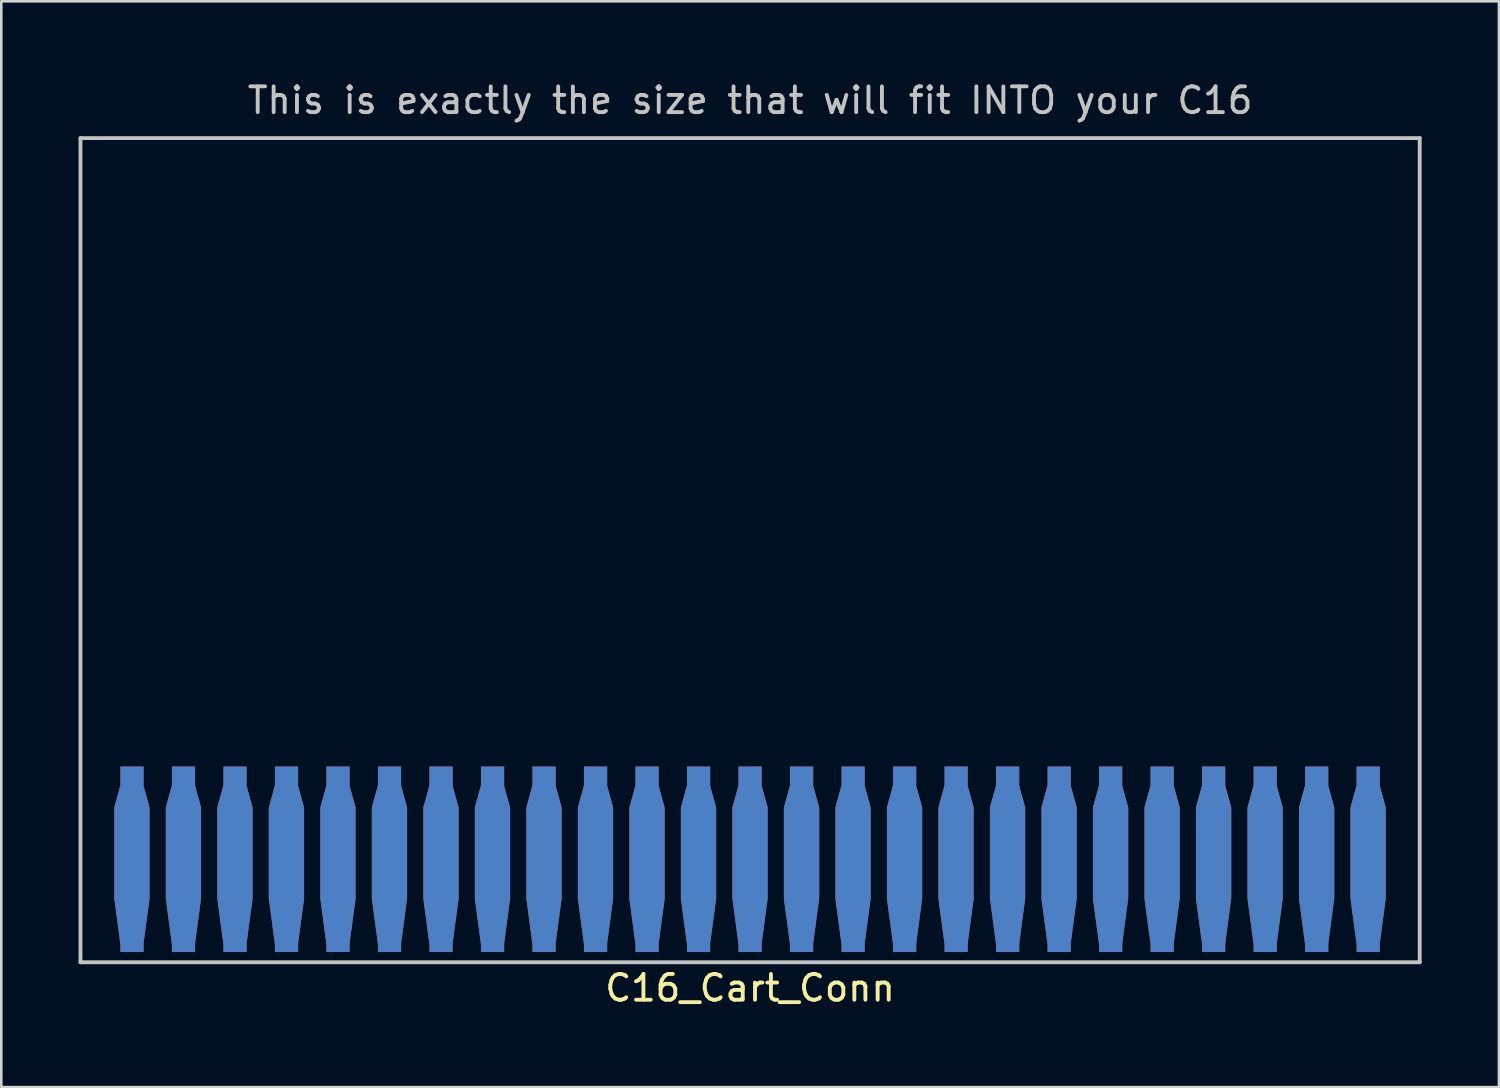
<source format=kicad_pcb>
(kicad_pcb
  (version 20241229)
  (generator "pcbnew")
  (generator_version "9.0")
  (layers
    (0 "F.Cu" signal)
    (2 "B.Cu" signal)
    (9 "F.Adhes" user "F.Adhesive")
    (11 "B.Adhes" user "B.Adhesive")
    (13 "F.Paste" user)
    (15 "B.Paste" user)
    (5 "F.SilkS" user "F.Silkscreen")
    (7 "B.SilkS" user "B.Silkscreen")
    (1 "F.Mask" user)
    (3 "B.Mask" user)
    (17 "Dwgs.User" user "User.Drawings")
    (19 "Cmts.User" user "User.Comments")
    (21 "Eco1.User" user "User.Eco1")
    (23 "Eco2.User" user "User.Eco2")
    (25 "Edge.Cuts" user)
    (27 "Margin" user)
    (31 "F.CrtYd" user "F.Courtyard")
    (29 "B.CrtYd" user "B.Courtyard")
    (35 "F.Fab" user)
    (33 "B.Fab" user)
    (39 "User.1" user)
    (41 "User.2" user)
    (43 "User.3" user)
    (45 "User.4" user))
  (footprint "C16_Cart_Conn"
    (layer "F.Cu")
    (at 26.075 30.312)
    (property "Reference" "C16_Cart_Conn" (at 0 5 0) (layer "F.SilkS") (effects (font (size 1 1) (thickness 0.15))))
    (attr through_hole)
    (fp_line (start -26 -28) (end -26 4) (stroke (width 0.15) (type solid)) (layer "Dwgs.User"))
    (fp_line (start -26 4) (end 26 4) (stroke (width 0.15) (type solid)) (layer "Dwgs.User"))
    (fp_line (start 26 -28) (end -26 -28) (stroke (width 0.15) (type solid)) (layer "Dwgs.User"))
    (fp_line (start 26 4) (end 26 -28) (stroke (width 0.15) (type solid)) (layer "Dwgs.User"))
    (fp_text user "This is exactly the size that will fit INTO your C16" (at 0 -29.464 0) (layer "Dwgs.User") (effects (font (size 1 1) (thickness 0.15))))
    (pad "" smd rect (at 0 0.4) (size 52 8) (layers "F.Mask"))
    (pad "" smd rect (at 0 0.4) (size 52 8) (layers "B.Mask"))
    (pad "1" smd custom (at -24 0) (size 0.9 7.2) (layers "F.Cu") (options (anchor rect)) (primitives (gr_poly (pts (xy 0.632 -2) (xy 0.632 1.524) (xy 0.378 3.429) (xy -0.384 3.429) (xy -0.638 1.524) (xy -0.638 -2) (xy -0.384 -2.921) (xy 0.378 -2.921)) (width 0.1) (fill yes))))
    (pad "2" smd custom (at -22 0) (size 0.9 7.2) (layers "F.Cu") (options (anchor rect)) (primitives (gr_poly (pts (xy 0.632 -2) (xy 0.632 1.524) (xy 0.378 3.429) (xy -0.384 3.429) (xy -0.638 1.524) (xy -0.638 -2) (xy -0.384 -2.921) (xy 0.378 -2.921)) (width 0.1) (fill yes))))
    (pad "3" smd custom (at -20 0) (size 0.9 7.2) (layers "F.Cu") (options (anchor rect)) (primitives (gr_poly (pts (xy 0.632 -2) (xy 0.632 1.524) (xy 0.378 3.429) (xy -0.384 3.429) (xy -0.638 1.524) (xy -0.638 -2) (xy -0.384 -2.921) (xy 0.378 -2.921)) (width 0.1) (fill yes))))
    (pad "4" smd custom (at -18 0) (size 0.9 7.2) (layers "F.Cu") (options (anchor rect)) (primitives (gr_poly (pts (xy 0.632 -2) (xy 0.632 1.524) (xy 0.378 3.429) (xy -0.384 3.429) (xy -0.638 1.524) (xy -0.638 -2) (xy -0.384 -2.921) (xy 0.378 -2.921)) (width 0.1) (fill yes))))
    (pad "5" smd custom (at -16 0) (size 0.9 7.2) (layers "F.Cu") (options (anchor rect)) (primitives (gr_poly (pts (xy 0.632 -2) (xy 0.632 1.524) (xy 0.378 3.429) (xy -0.384 3.429) (xy -0.638 1.524) (xy -0.638 -2) (xy -0.384 -2.921) (xy 0.378 -2.921)) (width 0.1) (fill yes))))
    (pad "6" smd custom (at -14 0) (size 0.9 7.2) (layers "F.Cu") (options (anchor rect)) (primitives (gr_poly (pts (xy 0.632 -2) (xy 0.632 1.524) (xy 0.378 3.429) (xy -0.384 3.429) (xy -0.638 1.524) (xy -0.638 -2) (xy -0.384 -2.921) (xy 0.378 -2.921)) (width 0.1) (fill yes))))
    (pad "7" smd custom (at -12 0) (size 0.9 7.2) (layers "F.Cu") (options (anchor rect)) (primitives (gr_poly (pts (xy 0.632 -2) (xy 0.632 1.524) (xy 0.378 3.429) (xy -0.384 3.429) (xy -0.638 1.524) (xy -0.638 -2) (xy -0.384 -2.921) (xy 0.378 -2.921)) (width 0.1) (fill yes))))
    (pad "8" smd custom (at -10 0) (size 0.9 7.2) (layers "F.Cu") (options (anchor rect)) (primitives (gr_poly (pts (xy 0.632 -2) (xy 0.632 1.524) (xy 0.378 3.429) (xy -0.384 3.429) (xy -0.638 1.524) (xy -0.638 -2) (xy -0.384 -2.921) (xy 0.378 -2.921)) (width 0.1) (fill yes))))
    (pad "9" smd custom (at -8 0) (size 0.9 7.2) (layers "F.Cu") (options (anchor rect)) (primitives (gr_poly (pts (xy 0.632 -2) (xy 0.632 1.524) (xy 0.378 3.429) (xy -0.384 3.429) (xy -0.638 1.524) (xy -0.638 -2) (xy -0.384 -2.921) (xy 0.378 -2.921)) (width 0.1) (fill yes))))
    (pad "10" smd custom (at -6 0) (size 0.9 7.2) (layers "F.Cu") (options (anchor rect)) (primitives (gr_poly (pts (xy 0.632 -2) (xy 0.632 1.524) (xy 0.378 3.429) (xy -0.384 3.429) (xy -0.638 1.524) (xy -0.638 -2) (xy -0.384 -2.921) (xy 0.378 -2.921)) (width 0.1) (fill yes))))
    (pad "11" smd custom (at -4 0) (size 0.9 7.2) (layers "F.Cu") (options (anchor rect)) (primitives (gr_poly (pts (xy 0.632 -2) (xy 0.632 1.524) (xy 0.378 3.429) (xy -0.384 3.429) (xy -0.638 1.524) (xy -0.638 -2) (xy -0.384 -2.921) (xy 0.378 -2.921)) (width 0.1) (fill yes))))
    (pad "12" smd custom (at -2 0) (size 0.9 7.2) (layers "F.Cu") (options (anchor rect)) (primitives (gr_poly (pts (xy 0.632 -2) (xy 0.632 1.524) (xy 0.378 3.429) (xy -0.384 3.429) (xy -0.638 1.524) (xy -0.638 -2) (xy -0.384 -2.921) (xy 0.378 -2.921)) (width 0.1) (fill yes))))
    (pad "13" smd custom (at 0 0) (size 0.9 7.2) (layers "F.Cu") (options (anchor rect)) (primitives (gr_poly (pts (xy 0.632 -2) (xy 0.632 1.524) (xy 0.378 3.429) (xy -0.384 3.429) (xy -0.638 1.524) (xy -0.638 -2) (xy -0.384 -2.921) (xy 0.378 -2.921)) (width 0.1) (fill yes))))
    (pad "14" smd custom (at 2 0) (size 0.9 7.2) (layers "F.Cu") (options (anchor rect)) (primitives (gr_poly (pts (xy 0.632 -2) (xy 0.632 1.524) (xy 0.378 3.429) (xy -0.384 3.429) (xy -0.638 1.524) (xy -0.638 -2) (xy -0.384 -2.921) (xy 0.378 -2.921)) (width 0.1) (fill yes))))
    (pad "15" smd custom (at 4 0) (size 0.9 7.2) (layers "F.Cu") (options (anchor rect)) (primitives (gr_poly (pts (xy 0.632 -2) (xy 0.632 1.524) (xy 0.378 3.429) (xy -0.384 3.429) (xy -0.638 1.524) (xy -0.638 -2) (xy -0.384 -2.921) (xy 0.378 -2.921)) (width 0.1) (fill yes))))
    (pad "16" smd custom (at 6 0) (size 0.9 7.2) (layers "F.Cu") (options (anchor rect)) (primitives (gr_poly (pts (xy 0.632 -2) (xy 0.632 1.524) (xy 0.378 3.429) (xy -0.384 3.429) (xy -0.638 1.524) (xy -0.638 -2) (xy -0.384 -2.921) (xy 0.378 -2.921)) (width 0.1) (fill yes))))
    (pad "17" smd custom (at 8 0) (size 0.9 7.2) (layers "F.Cu") (options (anchor rect)) (primitives (gr_poly (pts (xy 0.632 -2) (xy 0.632 1.524) (xy 0.378 3.429) (xy -0.384 3.429) (xy -0.638 1.524) (xy -0.638 -2) (xy -0.384 -2.921) (xy 0.378 -2.921)) (width 0.1) (fill yes))))
    (pad "18" smd custom (at 10 0) (size 0.9 7.2) (layers "F.Cu") (options (anchor rect)) (primitives (gr_poly (pts (xy 0.632 -2) (xy 0.632 1.524) (xy 0.378 3.429) (xy -0.384 3.429) (xy -0.638 1.524) (xy -0.638 -2) (xy -0.384 -2.921) (xy 0.378 -2.921)) (width 0.1) (fill yes))))
    (pad "19" smd custom (at 12 0) (size 0.9 7.2) (layers "F.Cu") (options (anchor rect)) (primitives (gr_poly (pts (xy 0.632 -2) (xy 0.632 1.524) (xy 0.378 3.429) (xy -0.384 3.429) (xy -0.638 1.524) (xy -0.638 -2) (xy -0.384 -2.921) (xy 0.378 -2.921)) (width 0.1) (fill yes))))
    (pad "20" smd custom (at 14 0) (size 0.9 7.2) (layers "F.Cu") (options (anchor rect)) (primitives (gr_poly (pts (xy 0.632 -2) (xy 0.632 1.524) (xy 0.378 3.429) (xy -0.384 3.429) (xy -0.638 1.524) (xy -0.638 -2) (xy -0.384 -2.921) (xy 0.378 -2.921)) (width 0.1) (fill yes))))
    (pad "21" smd custom (at 16 0) (size 0.9 7.2) (layers "F.Cu") (options (anchor rect)) (primitives (gr_poly (pts (xy 0.632 -2) (xy 0.632 1.524) (xy 0.378 3.429) (xy -0.384 3.429) (xy -0.638 1.524) (xy -0.638 -2) (xy -0.384 -2.921) (xy 0.378 -2.921)) (width 0.1) (fill yes))))
    (pad "22" smd custom (at 18 0) (size 0.9 7.2) (layers "F.Cu") (options (anchor rect)) (primitives (gr_poly (pts (xy 0.632 -2) (xy 0.632 1.524) (xy 0.378 3.429) (xy -0.384 3.429) (xy -0.638 1.524) (xy -0.638 -2) (xy -0.384 -2.921) (xy 0.378 -2.921)) (width 0.1) (fill yes))))
    (pad "23" smd custom (at 20 0) (size 0.9 7.2) (layers "F.Cu") (options (anchor rect)) (primitives (gr_poly (pts (xy 0.632 -2) (xy 0.632 1.524) (xy 0.378 3.429) (xy -0.384 3.429) (xy -0.638 1.524) (xy -0.638 -2) (xy -0.384 -2.921) (xy 0.378 -2.921)) (width 0.1) (fill yes))))
    (pad "24" smd custom (at 22 0) (size 0.9 7.2) (layers "F.Cu") (options (anchor rect)) (primitives (gr_poly (pts (xy 0.632 -2) (xy 0.632 1.524) (xy 0.378 3.429) (xy -0.384 3.429) (xy -0.638 1.524) (xy -0.638 -2) (xy -0.384 -2.921) (xy 0.378 -2.921)) (width 0.1) (fill yes))))
    (pad "25" smd custom (at 24 0) (size 0.9 7.2) (layers "F.Cu") (options (anchor rect)) (primitives (gr_poly (pts (xy 0.632 -2) (xy 0.632 1.524) (xy 0.378 3.429) (xy -0.384 3.429) (xy -0.638 1.524) (xy -0.638 -2) (xy -0.384 -2.921) (xy 0.378 -2.921)) (width 0.1) (fill yes))))
    (pad "A" smd custom (at -24 0) (size 0.9 7.2) (layers "B.Cu") (options (anchor rect)) (primitives (gr_poly (pts (xy 0.632 -2) (xy 0.632 1.524) (xy 0.378 3.429) (xy -0.384 3.429) (xy -0.638 1.524) (xy -0.638 -2) (xy -0.384 -2.921) (xy 0.378 -2.921)) (width 0.1) (fill yes))))
    (pad "AA" smd custom (at 20 0) (size 0.9 7.2) (layers "B.Cu") (options (anchor rect)) (primitives (gr_poly (pts (xy 0.632 -2) (xy 0.632 1.524) (xy 0.378 3.429) (xy -0.384 3.429) (xy -0.638 1.524) (xy -0.638 -2) (xy -0.384 -2.921) (xy 0.378 -2.921)) (width 0.1) (fill yes))))
    (pad "B" smd custom (at -22 0) (size 0.9 7.2) (layers "B.Cu") (options (anchor rect)) (primitives (gr_poly (pts (xy 0.632 -2) (xy 0.632 1.524) (xy 0.378 3.429) (xy -0.384 3.429) (xy -0.638 1.524) (xy -0.638 -2) (xy -0.384 -2.921) (xy 0.378 -2.921)) (width 0.1) (fill yes))))
    (pad "BB" smd custom (at 22 0) (size 0.9 7.2) (layers "B.Cu") (options (anchor rect)) (primitives (gr_poly (pts (xy 0.632 -2) (xy 0.632 1.524) (xy 0.378 3.429) (xy -0.384 3.429) (xy -0.638 1.524) (xy -0.638 -2) (xy -0.384 -2.921) (xy 0.378 -2.921)) (width 0.1) (fill yes))))
    (pad "C" smd custom (at -20 0) (size 0.9 7.2) (layers "B.Cu") (options (anchor rect)) (primitives (gr_poly (pts (xy 0.632 -2) (xy 0.632 1.524) (xy 0.378 3.429) (xy -0.384 3.429) (xy -0.638 1.524) (xy -0.638 -2) (xy -0.384 -2.921) (xy 0.378 -2.921)) (width 0.1) (fill yes))))
    (pad "CC" smd custom (at 24 0) (size 0.9 7.2) (layers "B.Cu") (options (anchor rect)) (primitives (gr_poly (pts (xy 0.632 -2) (xy 0.632 1.524) (xy 0.378 3.429) (xy -0.384 3.429) (xy -0.638 1.524) (xy -0.638 -2) (xy -0.384 -2.921) (xy 0.378 -2.921)) (width 0.1) (fill yes))))
    (pad "D" smd custom (at -18 0) (size 0.9 7.2) (layers "B.Cu") (options (anchor rect)) (primitives (gr_poly (pts (xy 0.632 -2) (xy 0.632 1.524) (xy 0.378 3.429) (xy -0.384 3.429) (xy -0.638 1.524) (xy -0.638 -2) (xy -0.384 -2.921) (xy 0.378 -2.921)) (width 0.1) (fill yes))))
    (pad "E" smd custom (at -16 0) (size 0.9 7.2) (layers "B.Cu") (options (anchor rect)) (primitives (gr_poly (pts (xy 0.632 -2) (xy 0.632 1.524) (xy 0.378 3.429) (xy -0.384 3.429) (xy -0.638 1.524) (xy -0.638 -2) (xy -0.384 -2.921) (xy 0.378 -2.921)) (width 0.1) (fill yes))))
    (pad "F" smd custom (at -14 0) (size 0.9 7.2) (layers "B.Cu") (options (anchor rect)) (primitives (gr_poly (pts (xy 0.632 -2) (xy 0.632 1.524) (xy 0.378 3.429) (xy -0.384 3.429) (xy -0.638 1.524) (xy -0.638 -2) (xy -0.384 -2.921) (xy 0.378 -2.921)) (width 0.1) (fill yes))))
    (pad "H" smd custom (at -12 0) (size 0.9 7.2) (layers "B.Cu") (options (anchor rect)) (primitives (gr_poly (pts (xy 0.632 -2) (xy 0.632 1.524) (xy 0.378 3.429) (xy -0.384 3.429) (xy -0.638 1.524) (xy -0.638 -2) (xy -0.384 -2.921) (xy 0.378 -2.921)) (width 0.1) (fill yes))))
    (pad "J" smd custom (at -10 0) (size 0.9 7.2) (layers "B.Cu") (options (anchor rect)) (primitives (gr_poly (pts (xy 0.632 -2) (xy 0.632 1.524) (xy 0.378 3.429) (xy -0.384 3.429) (xy -0.638 1.524) (xy -0.638 -2) (xy -0.384 -2.921) (xy 0.378 -2.921)) (width 0.1) (fill yes))))
    (pad "K" smd custom (at -8 0) (size 0.9 7.2) (layers "B.Cu") (options (anchor rect)) (primitives (gr_poly (pts (xy 0.632 -2) (xy 0.632 1.524) (xy 0.378 3.429) (xy -0.384 3.429) (xy -0.638 1.524) (xy -0.638 -2) (xy -0.384 -2.921) (xy 0.378 -2.921)) (width 0.1) (fill yes))))
    (pad "L" smd custom (at -6 0) (size 0.9 7.2) (layers "B.Cu") (options (anchor rect)) (primitives (gr_poly (pts (xy 0.632 -2) (xy 0.632 1.524) (xy 0.378 3.429) (xy -0.384 3.429) (xy -0.638 1.524) (xy -0.638 -2) (xy -0.384 -2.921) (xy 0.378 -2.921)) (width 0.1) (fill yes))))
    (pad "M" smd custom (at -4 0) (size 0.9 7.2) (layers "B.Cu") (options (anchor rect)) (primitives (gr_poly (pts (xy 0.632 -2) (xy 0.632 1.524) (xy 0.378 3.429) (xy -0.384 3.429) (xy -0.638 1.524) (xy -0.638 -2) (xy -0.384 -2.921) (xy 0.378 -2.921)) (width 0.1) (fill yes))))
    (pad "N" smd custom (at -2 0) (size 0.9 7.2) (layers "B.Cu") (options (anchor rect)) (primitives (gr_poly (pts (xy 0.632 -2) (xy 0.632 1.524) (xy 0.378 3.429) (xy -0.384 3.429) (xy -0.638 1.524) (xy -0.638 -2) (xy -0.384 -2.921) (xy 0.378 -2.921)) (width 0.1) (fill yes))))
    (pad "P" smd custom (at 0 0) (size 0.9 7.2) (layers "B.Cu") (options (anchor rect)) (primitives (gr_poly (pts (xy 0.632 -2) (xy 0.632 1.524) (xy 0.378 3.429) (xy -0.384 3.429) (xy -0.638 1.524) (xy -0.638 -2) (xy -0.384 -2.921) (xy 0.378 -2.921)) (width 0.1) (fill yes))))
    (pad "R" smd custom (at 2 0) (size 0.9 7.2) (layers "B.Cu") (options (anchor rect)) (primitives (gr_poly (pts (xy 0.632 -2) (xy 0.632 1.524) (xy 0.378 3.429) (xy -0.384 3.429) (xy -0.638 1.524) (xy -0.638 -2) (xy -0.384 -2.921) (xy 0.378 -2.921)) (width 0.1) (fill yes))))
    (pad "S" smd custom (at 4 0) (size 0.9 7.2) (layers "B.Cu") (options (anchor rect)) (primitives (gr_poly (pts (xy 0.632 -2) (xy 0.632 1.524) (xy 0.378 3.429) (xy -0.384 3.429) (xy -0.638 1.524) (xy -0.638 -2) (xy -0.384 -2.921) (xy 0.378 -2.921)) (width 0.1) (fill yes))))
    (pad "T" smd custom (at 6 0) (size 0.9 7.2) (layers "B.Cu") (options (anchor rect)) (primitives (gr_poly (pts (xy 0.632 -2) (xy 0.632 1.524) (xy 0.378 3.429) (xy -0.384 3.429) (xy -0.638 1.524) (xy -0.638 -2) (xy -0.384 -2.921) (xy 0.378 -2.921)) (width 0.1) (fill yes))))
    (pad "U" smd custom (at 8 0) (size 0.9 7.2) (layers "B.Cu") (options (anchor rect)) (primitives (gr_poly (pts (xy 0.632 -2) (xy 0.632 1.524) (xy 0.378 3.429) (xy -0.384 3.429) (xy -0.638 1.524) (xy -0.638 -2) (xy -0.384 -2.921) (xy 0.378 -2.921)) (width 0.1) (fill yes))))
    (pad "V" smd custom (at 10 0) (size 0.9 7.2) (layers "B.Cu") (options (anchor rect)) (primitives (gr_poly (pts (xy 0.632 -2) (xy 0.632 1.524) (xy 0.378 3.429) (xy -0.384 3.429) (xy -0.638 1.524) (xy -0.638 -2) (xy -0.384 -2.921) (xy 0.378 -2.921)) (width 0.1) (fill yes))))
    (pad "W" smd custom (at 12 0) (size 0.9 7.2) (layers "B.Cu") (options (anchor rect)) (primitives (gr_poly (pts (xy 0.632 -2) (xy 0.632 1.524) (xy 0.378 3.429) (xy -0.384 3.429) (xy -0.638 1.524) (xy -0.638 -2) (xy -0.384 -2.921) (xy 0.378 -2.921)) (width 0.1) (fill yes))))
    (pad "X" smd custom (at 14 0) (size 0.9 7.2) (layers "B.Cu") (options (anchor rect)) (primitives (gr_poly (pts (xy 0.632 -2) (xy 0.632 1.524) (xy 0.378 3.429) (xy -0.384 3.429) (xy -0.638 1.524) (xy -0.638 -2) (xy -0.384 -2.921) (xy 0.378 -2.921)) (width 0.1) (fill yes))))
    (pad "Y" smd custom (at 16 0) (size 0.9 7.2) (layers "B.Cu") (options (anchor rect)) (primitives (gr_poly (pts (xy 0.632 -2) (xy 0.632 1.524) (xy 0.378 3.429) (xy -0.384 3.429) (xy -0.638 1.524) (xy -0.638 -2) (xy -0.384 -2.921) (xy 0.378 -2.921)) (width 0.1) (fill yes))))
    (pad "Z" smd custom (at 18 0) (size 0.9 7.2) (layers "B.Cu") (options (anchor rect)) (primitives (gr_poly (pts (xy 0.632 -2) (xy 0.632 1.524) (xy 0.378 3.429) (xy -0.384 3.429) (xy -0.638 1.524) (xy -0.638 -2) (xy -0.384 -2.921) (xy 0.378 -2.921)) (width 0.1) (fill yes)))))
  (gr_rect
    (start -3 -3)
    (end 55.15 39.16)
    (stroke (width 0.1) (type default))
    (fill no)
    (layer "Edge.Cuts")))
</source>
